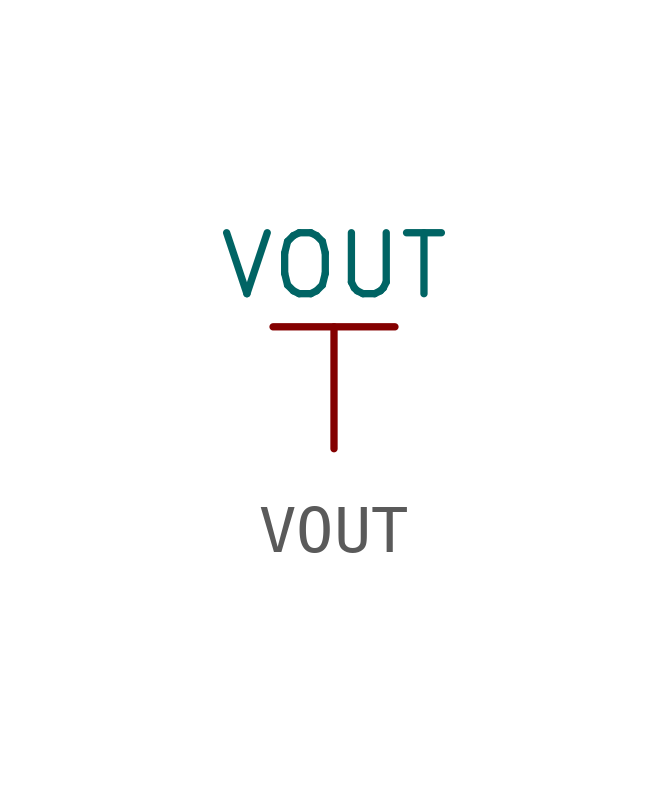
<source format=kicad_sym>
(kicad_symbol_lib
  (version 20211014)
  (generator kicad_symbol_editor)
  (symbol "VOUT"
    (power)
    (pin_numbers hide)
    (pin_names hide)
    (property "Reference" "VOUT"
      (at 0 1.27 0)
      (effects (font (size 1.27 1.27)) hide))
    (property "Value" "VOUT"
      (at 0 1.27 0)
      (effects (font (size 1.27 1.27))))
    (symbol "VOUT_0_1"
      (polyline (pts (xy -1.27 0) (xy 1.27 0)) (stroke (width 0) (type default) (color 0 0 0 0)) (fill (type none))))
    (symbol "VOUT_1_1"
      (pin power_in line (at 0 -2.54 90) (length 2.54) (name "VOUT" (effects (font (size 1.27 1.27)))) (number "VOUT" (effects (font (size 1.27 1.27))))))))
</source>
